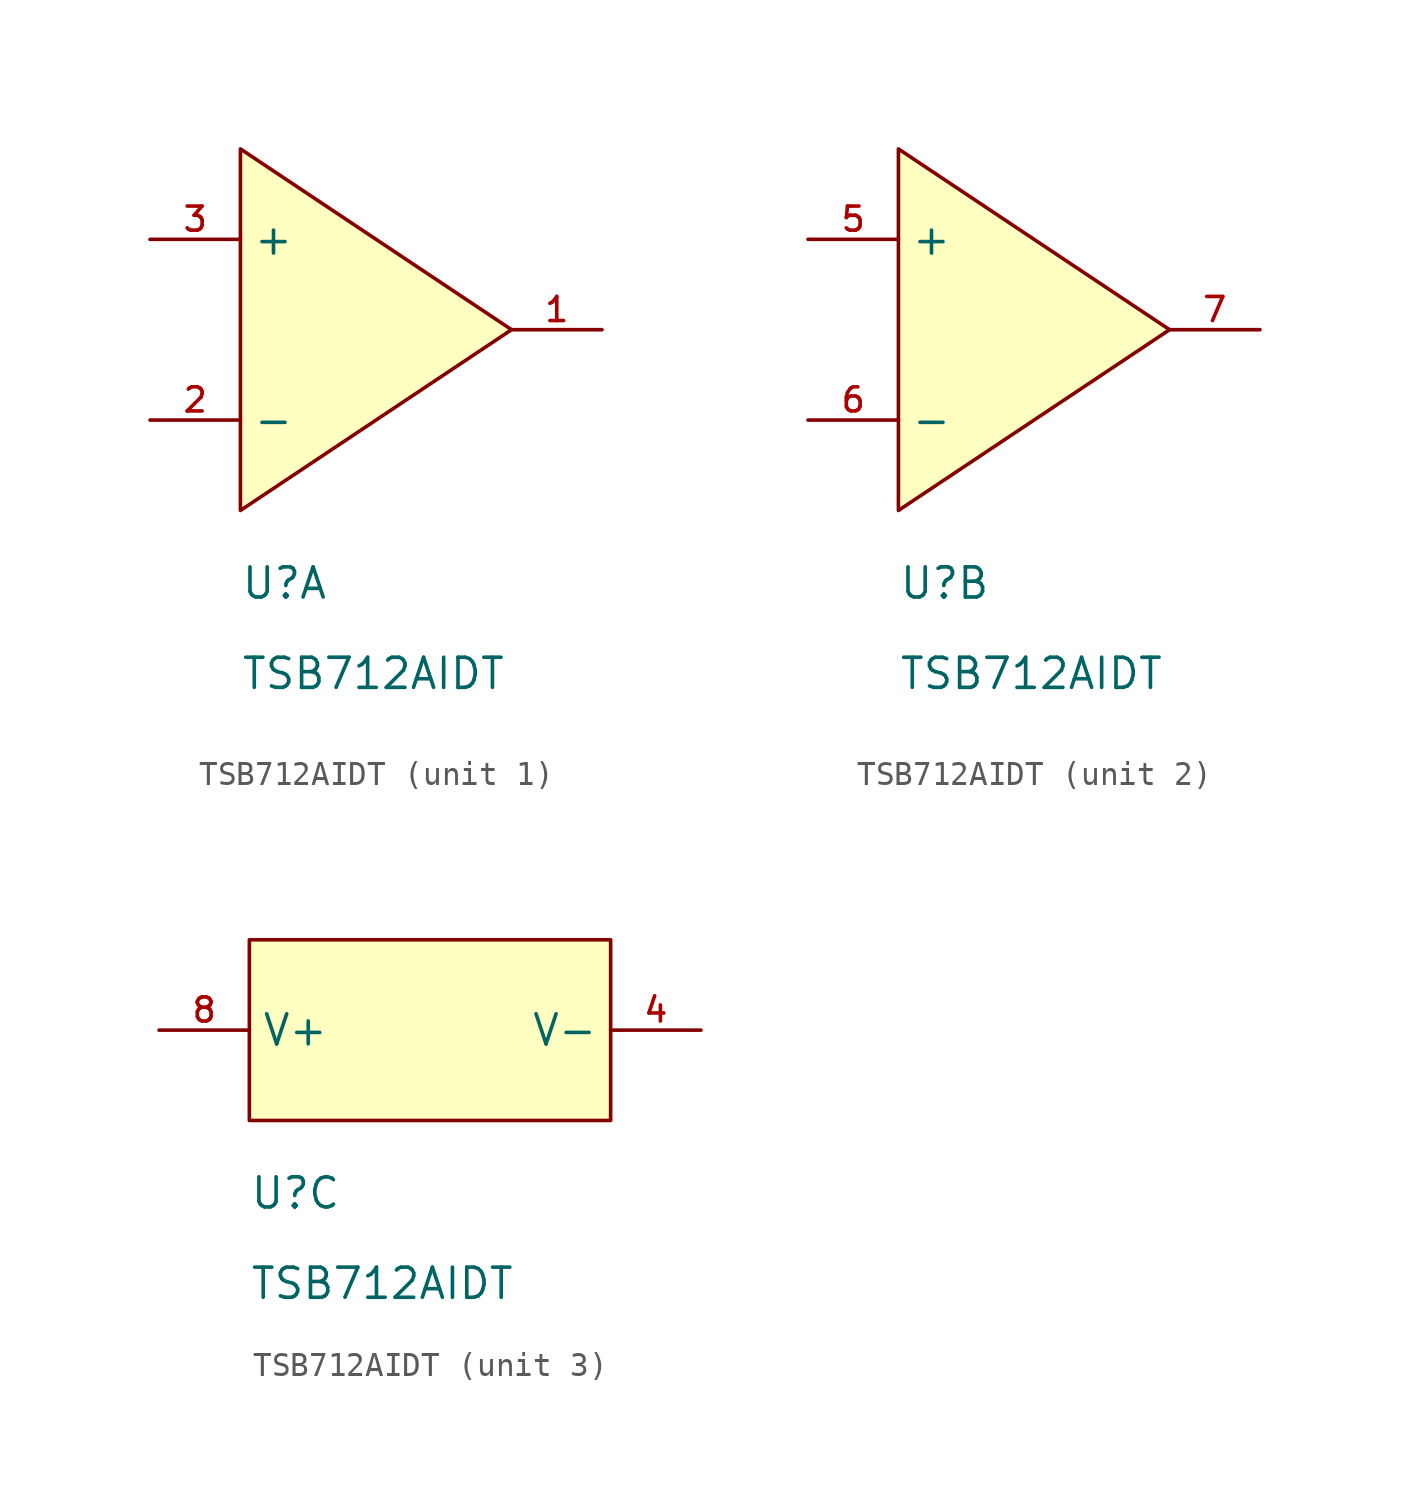
<source format=kicad_sym>
(kicad_symbol_lib
  (version 20241209)
  (generator "kicad_symbol_editor")
  (generator_version "9.0")
  (symbol "TSB712AIDT"
    (property "Reference" "U"
      (at 0 -3.81 0)
      (effects (font (size 1.27 1.27)) (justify left bottom)))
    (property "Value" "TSB712AIDT"
      (at 0 -7.62 0)
      (effects (font (size 1.27 1.27)) (justify left bottom)))
    (property "ki_locked" ""
      (at 0 0 0)
      (effects (font (size 1.27 1.27))))
    (symbol "TSB712AIDT_1_1"
      (polyline (pts (xy 0 15.24) (xy 0 0) (xy 11.43 7.62) (xy 0 15.24)) (stroke (width 0) (type default)) (fill (type background)))
      (pin passive line (at -3.81 11.43 0) (length 3.81) (name "+" (effects (font (size 1.27 1.27)))) (number "3" (effects (font (size 1.016 1.016)))))
      (pin passive line (at -3.81 3.81 0) (length 3.81) (name "-" (effects (font (size 1.27 1.27)))) (number "2" (effects (font (size 1.016 1.016)))))
      (pin passive line (at 15.24 7.62 180) (length 3.81) (name "" (effects (font (size 1.27 1.27)))) (number "1" (effects (font (size 1.016 1.016))))))
    (symbol "TSB712AIDT_2_1"
      (polyline (pts (xy 0 15.24) (xy 0 0) (xy 11.43 7.62) (xy 0 15.24)) (stroke (width 0) (type default)) (fill (type background)))
      (pin passive line (at -3.81 11.43 0) (length 3.81) (name "+" (effects (font (size 1.27 1.27)))) (number "5" (effects (font (size 1.016 1.016)))))
      (pin passive line (at -3.81 3.81 0) (length 3.81) (name "-" (effects (font (size 1.27 1.27)))) (number "6" (effects (font (size 1.016 1.016)))))
      (pin passive line (at 15.24 7.62 180) (length 3.81) (name "" (effects (font (size 1.27 1.27)))) (number "7" (effects (font (size 1.016 1.016))))))
    (symbol "TSB712AIDT_3_1"
      (rectangle (start 0 7.62) (end 15.24 0) (stroke (width 0) (type default)) (fill (type background)))
      (pin passive line (at -3.81 3.81 0) (length 3.81) (name "V+" (effects (font (size 1.27 1.27)))) (number "8" (effects (font (size 1.016 1.016)))))
      (pin passive line (at 19.05 3.81 180) (length 3.81) (name "V-" (effects (font (size 1.27 1.27)))) (number "4" (effects (font (size 1.016 1.016))))))))
</source>
